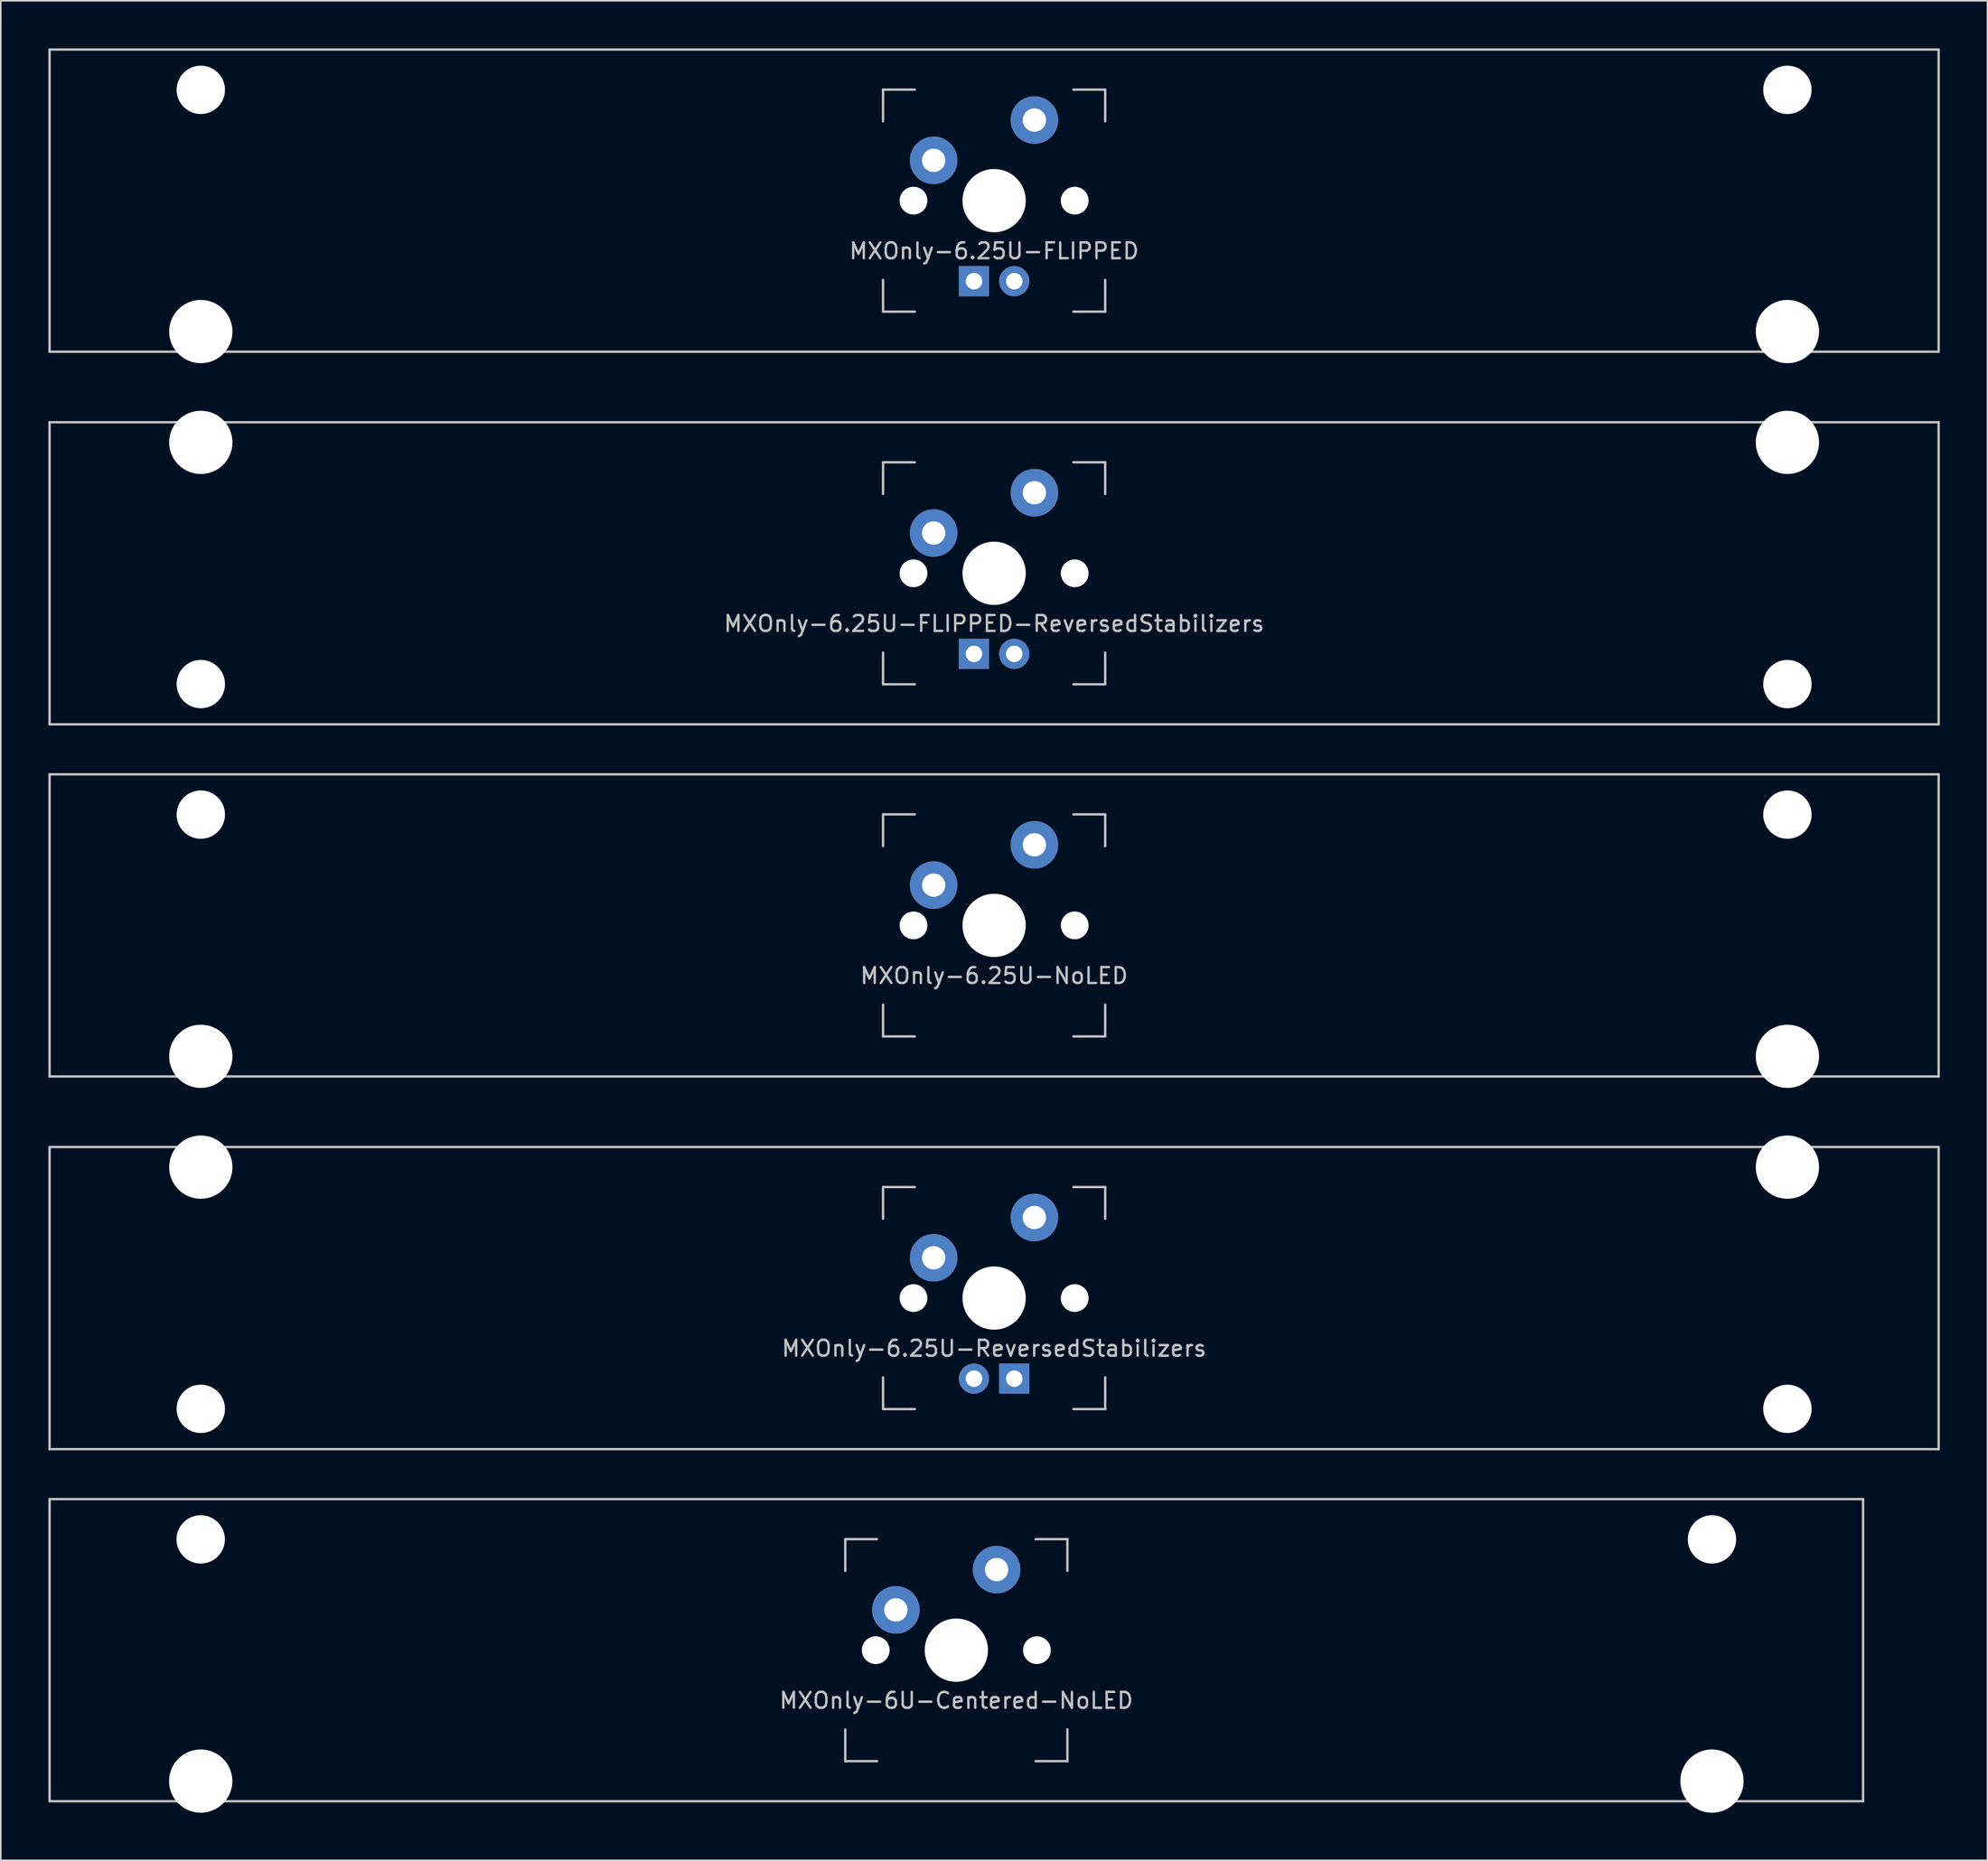
<source format=kicad_pcb>
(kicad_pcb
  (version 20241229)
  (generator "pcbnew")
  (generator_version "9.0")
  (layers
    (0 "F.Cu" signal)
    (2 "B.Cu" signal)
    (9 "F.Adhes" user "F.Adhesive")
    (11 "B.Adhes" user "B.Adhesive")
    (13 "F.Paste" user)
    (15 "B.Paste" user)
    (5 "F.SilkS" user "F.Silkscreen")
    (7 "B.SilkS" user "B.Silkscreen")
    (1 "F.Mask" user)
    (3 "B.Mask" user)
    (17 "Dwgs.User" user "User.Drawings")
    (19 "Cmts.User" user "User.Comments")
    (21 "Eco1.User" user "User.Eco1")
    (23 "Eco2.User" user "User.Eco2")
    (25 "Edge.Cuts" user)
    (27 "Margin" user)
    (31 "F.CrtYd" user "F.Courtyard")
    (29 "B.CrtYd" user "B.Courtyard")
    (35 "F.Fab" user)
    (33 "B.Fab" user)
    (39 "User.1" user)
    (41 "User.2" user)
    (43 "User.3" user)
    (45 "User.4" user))
  (footprint "MXOnly-6.25U-ReversedStabilizers"
    (layer "F.Cu")
    (at 59.606 78.796)
    (property "Reference" "MXOnly-6.25U-ReversedStabilizers" (at 0 3.175 0) (layer "Dwgs.User") (effects (font (size 1 1) (thickness 0.15))))
    (attr through_hole)
    (fp_line (start -59.531 -9.525) (end 59.531 -9.525) (stroke (width 0.15) (type solid)) (layer "Dwgs.User"))
    (fp_line (start -59.531 9.525) (end -59.531 -9.525) (stroke (width 0.15) (type solid)) (layer "Dwgs.User"))
    (fp_line (start -59.531 9.525) (end 59.531 9.525) (stroke (width 0.15) (type solid)) (layer "Dwgs.User"))
    (fp_line (start -7 -7) (end -7 -5) (stroke (width 0.15) (type solid)) (layer "Dwgs.User"))
    (fp_line (start -7 5) (end -7 7) (stroke (width 0.15) (type solid)) (layer "Dwgs.User"))
    (fp_line (start -7 7) (end -5 7) (stroke (width 0.15) (type solid)) (layer "Dwgs.User"))
    (fp_line (start -5 -7) (end -7 -7) (stroke (width 0.15) (type solid)) (layer "Dwgs.User"))
    (fp_line (start 5 -7) (end 7 -7) (stroke (width 0.15) (type solid)) (layer "Dwgs.User"))
    (fp_line (start 5 7) (end 7 7) (stroke (width 0.15) (type solid)) (layer "Dwgs.User"))
    (fp_line (start 7 -7) (end 7 -5) (stroke (width 0.15) (type solid)) (layer "Dwgs.User"))
    (fp_line (start 7 7) (end 7 5) (stroke (width 0.15) (type solid)) (layer "Dwgs.User"))
    (fp_line (start 59.531 -9.525) (end 59.531 9.525) (stroke (width 0.15) (type solid)) (layer "Dwgs.User"))
    (pad "" np_thru_hole circle (at -50 -8.255) (size 3.988 3.988) (drill 3.988) (layers "*.Cu" "*.Mask"))
    (pad "" np_thru_hole circle (at -50 6.985) (size 3.048 3.048) (drill 3.048) (layers "*.Cu" "*.Mask"))
    (pad "" np_thru_hole circle (at -5.08 0 48.1) (size 1.75 1.75) (drill 1.75) (layers "*.Cu" "*.Mask"))
    (pad "" np_thru_hole circle (at 0 0) (size 3.988 3.988) (drill 3.988) (layers "*.Cu" "*.Mask"))
    (pad "" np_thru_hole circle (at 5.08 0 48.1) (size 1.75 1.75) (drill 1.75) (layers "*.Cu" "*.Mask"))
    (pad "" np_thru_hole circle (at 50 -8.255) (size 3.988 3.988) (drill 3.988) (layers "*.Cu" "*.Mask"))
    (pad "" np_thru_hole circle (at 50 6.985) (size 3.048 3.048) (drill 3.048) (layers "*.Cu" "*.Mask"))
    (pad "1" thru_hole circle (at -3.81 -2.54) (size 3 3) (drill 1.47) (layers "*.Cu" "*.Mask"))
    (pad "2" thru_hole circle (at 2.54 -5.08) (size 3 3) (drill 1.47) (layers "*.Cu" "*.Mask"))
    (pad "3" thru_hole circle (at -1.27 5.08) (size 1.905 1.905) (drill 1.04) (layers "*.Cu" "*.Mask"))
    (pad "4" thru_hole rect (at 1.27 5.08) (size 1.905 1.905) (drill 1.04) (layers "*.Cu" "*.Mask")))
  (footprint "MXOnly-6.25U-NoLED"
    (layer "F.Cu")
    (at 59.606 55.298)
    (property "Reference" "MXOnly-6.25U-NoLED" (at 0 3.175 0) (layer "Dwgs.User") (effects (font (size 1 1) (thickness 0.15))))
    (attr through_hole)
    (fp_line (start -59.531 -9.525) (end 59.531 -9.525) (stroke (width 0.15) (type solid)) (layer "Dwgs.User"))
    (fp_line (start -59.531 9.525) (end -59.531 -9.525) (stroke (width 0.15) (type solid)) (layer "Dwgs.User"))
    (fp_line (start -59.531 9.525) (end 59.531 9.525) (stroke (width 0.15) (type solid)) (layer "Dwgs.User"))
    (fp_line (start -7 -7) (end -7 -5) (stroke (width 0.15) (type solid)) (layer "Dwgs.User"))
    (fp_line (start -7 5) (end -7 7) (stroke (width 0.15) (type solid)) (layer "Dwgs.User"))
    (fp_line (start -7 7) (end -5 7) (stroke (width 0.15) (type solid)) (layer "Dwgs.User"))
    (fp_line (start -5 -7) (end -7 -7) (stroke (width 0.15) (type solid)) (layer "Dwgs.User"))
    (fp_line (start 5 -7) (end 7 -7) (stroke (width 0.15) (type solid)) (layer "Dwgs.User"))
    (fp_line (start 5 7) (end 7 7) (stroke (width 0.15) (type solid)) (layer "Dwgs.User"))
    (fp_line (start 7 -7) (end 7 -5) (stroke (width 0.15) (type solid)) (layer "Dwgs.User"))
    (fp_line (start 7 7) (end 7 5) (stroke (width 0.15) (type solid)) (layer "Dwgs.User"))
    (fp_line (start 59.531 -9.525) (end 59.531 9.525) (stroke (width 0.15) (type solid)) (layer "Dwgs.User"))
    (pad "" np_thru_hole circle (at -50 -6.985) (size 3.048 3.048) (drill 3.048) (layers "*.Cu" "*.Mask"))
    (pad "" np_thru_hole circle (at -50 8.255) (size 3.988 3.988) (drill 3.988) (layers "*.Cu" "*.Mask"))
    (pad "" np_thru_hole circle (at -5.08 0 48.1) (size 1.75 1.75) (drill 1.75) (layers "*.Cu" "*.Mask"))
    (pad "" np_thru_hole circle (at 0 0) (size 3.988 3.988) (drill 3.988) (layers "*.Cu" "*.Mask"))
    (pad "" np_thru_hole circle (at 5.08 0 48.1) (size 1.75 1.75) (drill 1.75) (layers "*.Cu" "*.Mask"))
    (pad "" np_thru_hole circle (at 50 -6.985) (size 3.048 3.048) (drill 3.048) (layers "*.Cu" "*.Mask"))
    (pad "" np_thru_hole circle (at 50 8.255) (size 3.988 3.988) (drill 3.988) (layers "*.Cu" "*.Mask"))
    (pad "1" thru_hole circle (at -3.81 -2.54) (size 3 3) (drill 1.47) (layers "*.Cu" "*.Mask"))
    (pad "2" thru_hole circle (at 2.54 -5.08) (size 3 3) (drill 1.47) (layers "*.Cu" "*.Mask")))
  (footprint "MXOnly-6.25U-FLIPPED"
    (layer "F.Cu")
    (at 59.606 9.6)
    (property "Reference" "MXOnly-6.25U-FLIPPED" (at 0 3.175 0) (layer "Dwgs.User") (effects (font (size 1 1) (thickness 0.15))))
    (attr through_hole)
    (fp_line (start -59.531 -9.525) (end 59.531 -9.525) (stroke (width 0.15) (type solid)) (layer "Dwgs.User"))
    (fp_line (start -59.531 9.525) (end -59.531 -9.525) (stroke (width 0.15) (type solid)) (layer "Dwgs.User"))
    (fp_line (start -59.531 9.525) (end 59.531 9.525) (stroke (width 0.15) (type solid)) (layer "Dwgs.User"))
    (fp_line (start -7 -7) (end -7 -5) (stroke (width 0.15) (type solid)) (layer "Dwgs.User"))
    (fp_line (start -7 5) (end -7 7) (stroke (width 0.15) (type solid)) (layer "Dwgs.User"))
    (fp_line (start -7 7) (end -5 7) (stroke (width 0.15) (type solid)) (layer "Dwgs.User"))
    (fp_line (start -5 -7) (end -7 -7) (stroke (width 0.15) (type solid)) (layer "Dwgs.User"))
    (fp_line (start 5 -7) (end 7 -7) (stroke (width 0.15) (type solid)) (layer "Dwgs.User"))
    (fp_line (start 5 7) (end 7 7) (stroke (width 0.15) (type solid)) (layer "Dwgs.User"))
    (fp_line (start 7 -7) (end 7 -5) (stroke (width 0.15) (type solid)) (layer "Dwgs.User"))
    (fp_line (start 7 7) (end 7 5) (stroke (width 0.15) (type solid)) (layer "Dwgs.User"))
    (fp_line (start 59.531 -9.525) (end 59.531 9.525) (stroke (width 0.15) (type solid)) (layer "Dwgs.User"))
    (pad "" np_thru_hole circle (at -50 -6.985) (size 3.048 3.048) (drill 3.048) (layers "*.Cu" "*.Mask"))
    (pad "" np_thru_hole circle (at -50 8.255) (size 3.988 3.988) (drill 3.988) (layers "*.Cu" "*.Mask"))
    (pad "" np_thru_hole circle (at -5.08 0 48.1) (size 1.75 1.75) (drill 1.75) (layers "*.Cu" "*.Mask"))
    (pad "" np_thru_hole circle (at 0 0) (size 3.988 3.988) (drill 3.988) (layers "*.Cu" "*.Mask"))
    (pad "" np_thru_hole circle (at 5.08 0 48.1) (size 1.75 1.75) (drill 1.75) (layers "*.Cu" "*.Mask"))
    (pad "" np_thru_hole circle (at 50 -6.985) (size 3.048 3.048) (drill 3.048) (layers "*.Cu" "*.Mask"))
    (pad "" np_thru_hole circle (at 50 8.255) (size 3.988 3.988) (drill 3.988) (layers "*.Cu" "*.Mask"))
    (pad "1" thru_hole circle (at -3.81 -2.54) (size 3 3) (drill 1.47) (layers "*.Cu" "*.Mask"))
    (pad "2" thru_hole circle (at 2.54 -5.08) (size 3 3) (drill 1.47) (layers "*.Cu" "*.Mask"))
    (pad "3" thru_hole circle (at 1.27 5.08) (size 1.905 1.905) (drill 1.04) (layers "*.Cu" "*.Mask"))
    (pad "4" thru_hole rect (at -1.27 5.08) (size 1.905 1.905) (drill 1.04) (layers "*.Cu" "*.Mask")))
  (footprint "MXOnly-6.25U-FLIPPED-ReversedStabilizers"
    (layer "F.Cu")
    (at 59.606 33.098)
    (property "Reference" "MXOnly-6.25U-FLIPPED-ReversedStabilizers" (at 0 3.175 0) (layer "Dwgs.User") (effects (font (size 1 1) (thickness 0.15))))
    (attr through_hole)
    (fp_line (start -59.531 -9.525) (end 59.531 -9.525) (stroke (width 0.15) (type solid)) (layer "Dwgs.User"))
    (fp_line (start -59.531 9.525) (end -59.531 -9.525) (stroke (width 0.15) (type solid)) (layer "Dwgs.User"))
    (fp_line (start -59.531 9.525) (end 59.531 9.525) (stroke (width 0.15) (type solid)) (layer "Dwgs.User"))
    (fp_line (start -7 -7) (end -7 -5) (stroke (width 0.15) (type solid)) (layer "Dwgs.User"))
    (fp_line (start -7 5) (end -7 7) (stroke (width 0.15) (type solid)) (layer "Dwgs.User"))
    (fp_line (start -7 7) (end -5 7) (stroke (width 0.15) (type solid)) (layer "Dwgs.User"))
    (fp_line (start -5 -7) (end -7 -7) (stroke (width 0.15) (type solid)) (layer "Dwgs.User"))
    (fp_line (start 5 -7) (end 7 -7) (stroke (width 0.15) (type solid)) (layer "Dwgs.User"))
    (fp_line (start 5 7) (end 7 7) (stroke (width 0.15) (type solid)) (layer "Dwgs.User"))
    (fp_line (start 7 -7) (end 7 -5) (stroke (width 0.15) (type solid)) (layer "Dwgs.User"))
    (fp_line (start 7 7) (end 7 5) (stroke (width 0.15) (type solid)) (layer "Dwgs.User"))
    (fp_line (start 59.531 -9.525) (end 59.531 9.525) (stroke (width 0.15) (type solid)) (layer "Dwgs.User"))
    (pad "" np_thru_hole circle (at -50 -8.255) (size 3.988 3.988) (drill 3.988) (layers "*.Cu" "*.Mask"))
    (pad "" np_thru_hole circle (at -50 6.985) (size 3.048 3.048) (drill 3.048) (layers "*.Cu" "*.Mask"))
    (pad "" np_thru_hole circle (at -5.08 0 48.1) (size 1.75 1.75) (drill 1.75) (layers "*.Cu" "*.Mask"))
    (pad "" np_thru_hole circle (at 0 0) (size 3.988 3.988) (drill 3.988) (layers "*.Cu" "*.Mask"))
    (pad "" np_thru_hole circle (at 5.08 0 48.1) (size 1.75 1.75) (drill 1.75) (layers "*.Cu" "*.Mask"))
    (pad "" np_thru_hole circle (at 50 -8.255) (size 3.988 3.988) (drill 3.988) (layers "*.Cu" "*.Mask"))
    (pad "" np_thru_hole circle (at 50 6.985) (size 3.048 3.048) (drill 3.048) (layers "*.Cu" "*.Mask"))
    (pad "1" thru_hole circle (at -3.81 -2.54) (size 3 3) (drill 1.47) (layers "*.Cu" "*.Mask"))
    (pad "2" thru_hole circle (at 2.54 -5.08) (size 3 3) (drill 1.47) (layers "*.Cu" "*.Mask"))
    (pad "3" thru_hole circle (at 1.27 5.08) (size 1.905 1.905) (drill 1.04) (layers "*.Cu" "*.Mask"))
    (pad "4" thru_hole rect (at -1.27 5.08) (size 1.905 1.905) (drill 1.04) (layers "*.Cu" "*.Mask")))
  (footprint "MXOnly-6U-Centered-NoLED"
    (layer "F.Cu")
    (at 57.225 100.996)
    (property "Reference" "MXOnly-6U-Centered-NoLED" (at 0 3.175 0) (layer "Dwgs.User") (effects (font (size 1 1) (thickness 0.15))))
    (attr through_hole)
    (fp_line (start -57.15 -9.525) (end 57.15 -9.525) (stroke (width 0.15) (type solid)) (layer "Dwgs.User"))
    (fp_line (start -57.15 9.525) (end -57.15 -9.525) (stroke (width 0.15) (type solid)) (layer "Dwgs.User"))
    (fp_line (start -57.15 9.525) (end 57.15 9.525) (stroke (width 0.15) (type solid)) (layer "Dwgs.User"))
    (fp_line (start -7 -7) (end -7 -5) (stroke (width 0.15) (type solid)) (layer "Dwgs.User"))
    (fp_line (start -7 5) (end -7 7) (stroke (width 0.15) (type solid)) (layer "Dwgs.User"))
    (fp_line (start -7 7) (end -5 7) (stroke (width 0.15) (type solid)) (layer "Dwgs.User"))
    (fp_line (start -5 -7) (end -7 -7) (stroke (width 0.15) (type solid)) (layer "Dwgs.User"))
    (fp_line (start 5 -7) (end 7 -7) (stroke (width 0.15) (type solid)) (layer "Dwgs.User"))
    (fp_line (start 5 7) (end 7 7) (stroke (width 0.15) (type solid)) (layer "Dwgs.User"))
    (fp_line (start 7 -7) (end 7 -5) (stroke (width 0.15) (type solid)) (layer "Dwgs.User"))
    (fp_line (start 7 7) (end 7 5) (stroke (width 0.15) (type solid)) (layer "Dwgs.User"))
    (fp_line (start 57.15 -9.525) (end 57.15 9.525) (stroke (width 0.15) (type solid)) (layer "Dwgs.User"))
    (pad "" np_thru_hole circle (at -47.625 -6.985) (size 3.048 3.048) (drill 3.048) (layers "*.Cu" "*.Mask"))
    (pad "" np_thru_hole circle (at -47.625 8.255) (size 3.988 3.988) (drill 3.988) (layers "*.Cu" "*.Mask"))
    (pad "" np_thru_hole circle (at -5.08 0 48.1) (size 1.75 1.75) (drill 1.75) (layers "*.Cu" "*.Mask"))
    (pad "" np_thru_hole circle (at 0 0) (size 3.988 3.988) (drill 3.988) (layers "*.Cu" "*.Mask"))
    (pad "" np_thru_hole circle (at 5.08 0 48.1) (size 1.75 1.75) (drill 1.75) (layers "*.Cu" "*.Mask"))
    (pad "" np_thru_hole circle (at 47.625 -6.985) (size 3.048 3.048) (drill 3.048) (layers "*.Cu" "*.Mask"))
    (pad "" np_thru_hole circle (at 47.625 8.255) (size 3.988 3.988) (drill 3.988) (layers "*.Cu" "*.Mask"))
    (pad "1" thru_hole circle (at -3.81 -2.54) (size 3 3) (drill 1.47) (layers "*.Cu" "*.Mask"))
    (pad "2" thru_hole circle (at 2.54 -5.08) (size 3 3) (drill 1.47) (layers "*.Cu" "*.Mask")))
  (gr_rect
    (start -3 -3)
    (end 122.213 114.245)
    (stroke (width 0.1) (type default))
    (fill no)
    (layer "Edge.Cuts")))
</source>
